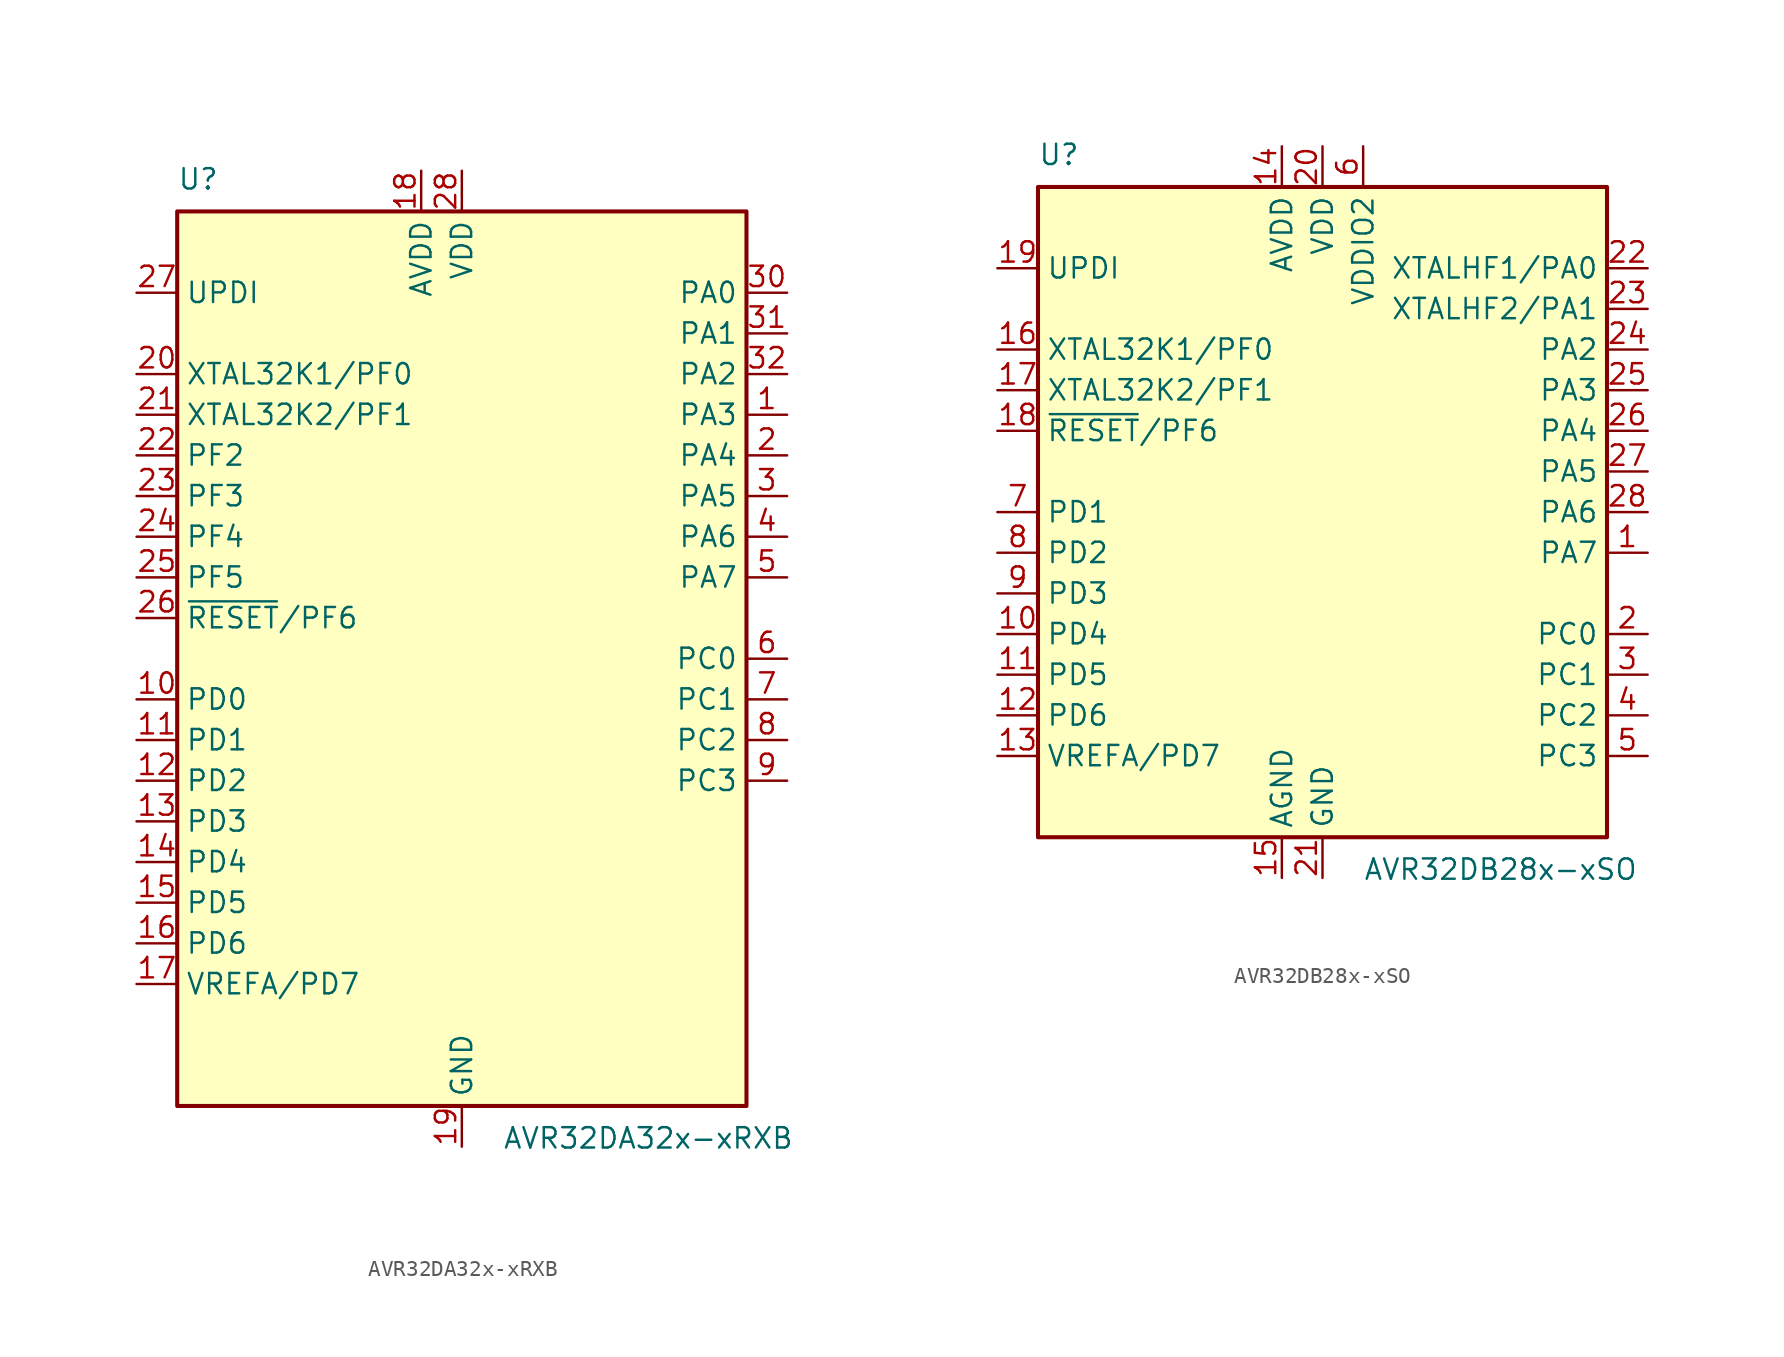
<source format=kicad_sym>
(kicad_symbol_lib
  (version 20211014)
  (generator kicad_symbol_editor)
  (symbol "AVR32DA32x-xRXB"
    (property "Reference" "U"
      (at -17.78 29.21 0)
      (effects (font (size 1.27 1.27)) (justify left bottom)))
    (property "Value" "AVR32DA32x-xRXB"
      (at 2.54 -29.21 0)
      (effects (font (size 1.27 1.27)) (justify left top)))
    (symbol "AVR32DA32x-xRXB_0_1"
      (rectangle (start -17.78 27.94) (end 17.78 -27.94) (stroke (width 0.254) (type default) (color 0 0 0 0)) (fill (type background))))
    (symbol "AVR32DA32x-xRXB_1_1"
      (pin bidirectional line (at 20.32 22.86 180) (length 2.54) (name "PA0" (effects (font (size 1.27 1.27)))) (number "30" (effects (font (size 1.27 1.27)))))
      (pin bidirectional line (at 20.32 20.32 180) (length 2.54) (name "PA1" (effects (font (size 1.27 1.27)))) (number "31" (effects (font (size 1.27 1.27)))))
      (pin bidirectional line (at 20.32 17.78 180) (length 2.54) (name "PA2" (effects (font (size 1.27 1.27)))) (number "32" (effects (font (size 1.27 1.27)))))
      (pin bidirectional line (at 20.32 15.24 180) (length 2.54) (name "PA3" (effects (font (size 1.27 1.27)))) (number "1" (effects (font (size 1.27 1.27)))))
      (pin bidirectional line (at 20.32 12.70 180) (length 2.54) (name "PA4" (effects (font (size 1.27 1.27)))) (number "2" (effects (font (size 1.27 1.27)))))
      (pin bidirectional line (at 20.32 10.16 180) (length 2.54) (name "PA5" (effects (font (size 1.27 1.27)))) (number "3" (effects (font (size 1.27 1.27)))))
      (pin bidirectional line (at 20.32 7.62 180) (length 2.54) (name "PA6" (effects (font (size 1.27 1.27)))) (number "4" (effects (font (size 1.27 1.27)))))
      (pin bidirectional line (at 20.32 5.08 180) (length 2.54) (name "PA7" (effects (font (size 1.27 1.27)))) (number "5" (effects (font (size 1.27 1.27)))))
      (pin bidirectional line (at 20.32 0.00 180) (length 2.54) (name "PC0" (effects (font (size 1.27 1.27)))) (number "6" (effects (font (size 1.27 1.27)))))
      (pin bidirectional line (at 20.32 -2.54 180) (length 2.54) (name "PC1" (effects (font (size 1.27 1.27)))) (number "7" (effects (font (size 1.27 1.27)))))
      (pin bidirectional line (at 20.32 -5.08 180) (length 2.54) (name "PC2" (effects (font (size 1.27 1.27)))) (number "8" (effects (font (size 1.27 1.27)))))
      (pin bidirectional line (at 20.32 -7.62 180) (length 2.54) (name "PC3" (effects (font (size 1.27 1.27)))) (number "9" (effects (font (size 1.27 1.27)))))
      (pin input line (at -20.32 22.86 0) (length 2.54) (name "UPDI" (effects (font (size 1.27 1.27)))) (number "27" (effects (font (size 1.27 1.27)))))
      (pin bidirectional line (at -20.32 17.78 0) (length 2.54) (name "XTAL32K1/PF0" (effects (font (size 1.27 1.27)))) (number "20" (effects (font (size 1.27 1.27)))))
      (pin bidirectional line (at -20.32 15.24 0) (length 2.54) (name "XTAL32K2/PF1" (effects (font (size 1.27 1.27)))) (number "21" (effects (font (size 1.27 1.27)))))
      (pin bidirectional line (at -20.32 12.70 0) (length 2.54) (name "PF2" (effects (font (size 1.27 1.27)))) (number "22" (effects (font (size 1.27 1.27)))))
      (pin bidirectional line (at -20.32 10.16 0) (length 2.54) (name "PF3" (effects (font (size 1.27 1.27)))) (number "23" (effects (font (size 1.27 1.27)))))
      (pin bidirectional line (at -20.32 7.62 0) (length 2.54) (name "PF4" (effects (font (size 1.27 1.27)))) (number "24" (effects (font (size 1.27 1.27)))))
      (pin bidirectional line (at -20.32 5.08 0) (length 2.54) (name "PF5" (effects (font (size 1.27 1.27)))) (number "25" (effects (font (size 1.27 1.27)))))
      (pin bidirectional line (at -20.32 2.54 0) (length 2.54) (name "~{RESET}/PF6" (effects (font (size 1.27 1.27)))) (number "26" (effects (font (size 1.27 1.27)))))
      (pin bidirectional line (at -20.32 -2.54 0) (length 2.54) (name "PD0" (effects (font (size 1.27 1.27)))) (number "10" (effects (font (size 1.27 1.27)))))
      (pin bidirectional line (at -20.32 -5.08 0) (length 2.54) (name "PD1" (effects (font (size 1.27 1.27)))) (number "11" (effects (font (size 1.27 1.27)))))
      (pin bidirectional line (at -20.32 -7.62 0) (length 2.54) (name "PD2" (effects (font (size 1.27 1.27)))) (number "12" (effects (font (size 1.27 1.27)))))
      (pin bidirectional line (at -20.32 -10.16 0) (length 2.54) (name "PD3" (effects (font (size 1.27 1.27)))) (number "13" (effects (font (size 1.27 1.27)))))
      (pin bidirectional line (at -20.32 -12.70 0) (length 2.54) (name "PD4" (effects (font (size 1.27 1.27)))) (number "14" (effects (font (size 1.27 1.27)))))
      (pin bidirectional line (at -20.32 -15.24 0) (length 2.54) (name "PD5" (effects (font (size 1.27 1.27)))) (number "15" (effects (font (size 1.27 1.27)))))
      (pin bidirectional line (at -20.32 -17.78 0) (length 2.54) (name "PD6" (effects (font (size 1.27 1.27)))) (number "16" (effects (font (size 1.27 1.27)))))
      (pin bidirectional line (at -20.32 -20.32 0) (length 2.54) (name "VREFA/PD7" (effects (font (size 1.27 1.27)))) (number "17" (effects (font (size 1.27 1.27)))))
      (pin power_in line (at -2.54 30.48 270) (length 2.54) (name "AVDD" (effects (font (size 1.27 1.27)))) (number "18" (effects (font (size 1.27 1.27)))))
      (pin power_in line (at 0.00 30.48 270) (length 2.54) (name "VDD" (effects (font (size 1.27 1.27)))) (number "28" (effects (font (size 1.27 1.27)))))
      (pin power_in line (at 0.00 -30.48 90) (length 2.54) (name "GND" (effects (font (size 1.27 1.27)))) (number "19" (effects (font (size 1.27 1.27)))))
      (pin passive line (at 0.00 -30.48 90) (length 2.54) hide (name "GND" (effects (font (size 1.27 1.27)))) (number "29" (effects (font (size 1.27 1.27)))))
      (pin passive line (at 0.00 -30.48 90) (length 2.54) hide (name "GND" (effects (font (size 1.27 1.27)))) (number "33" (effects (font (size 1.27 1.27)))))))
  (symbol "AVR32DB28x-xSO"
    (property "Reference" "U"
      (at -17.78 21.59 0)
      (effects (font (size 1.27 1.27)) (justify left bottom)))
    (property "Value" "AVR32DB28x-xSO"
      (at 2.54 -21.59 0)
      (effects (font (size 1.27 1.27)) (justify left top)))
    (symbol "AVR32DB28x-xSO_0_1"
      (rectangle (start -17.78 20.32) (end 17.78 -20.32) (stroke (width 0.254) (type default) (color 0 0 0 0)) (fill (type background))))
    (symbol "AVR32DB28x-xSO_1_1"
      (pin bidirectional line (at 20.32 15.24 180) (length 2.54) (name "XTALHF1/PA0" (effects (font (size 1.27 1.27)))) (number "22" (effects (font (size 1.27 1.27)))))
      (pin bidirectional line (at 20.32 12.70 180) (length 2.54) (name "XTALHF2/PA1" (effects (font (size 1.27 1.27)))) (number "23" (effects (font (size 1.27 1.27)))))
      (pin bidirectional line (at 20.32 10.16 180) (length 2.54) (name "PA2" (effects (font (size 1.27 1.27)))) (number "24" (effects (font (size 1.27 1.27)))))
      (pin bidirectional line (at 20.32 7.62 180) (length 2.54) (name "PA3" (effects (font (size 1.27 1.27)))) (number "25" (effects (font (size 1.27 1.27)))))
      (pin bidirectional line (at 20.32 5.08 180) (length 2.54) (name "PA4" (effects (font (size 1.27 1.27)))) (number "26" (effects (font (size 1.27 1.27)))))
      (pin bidirectional line (at 20.32 2.54 180) (length 2.54) (name "PA5" (effects (font (size 1.27 1.27)))) (number "27" (effects (font (size 1.27 1.27)))))
      (pin bidirectional line (at 20.32 0.00 180) (length 2.54) (name "PA6" (effects (font (size 1.27 1.27)))) (number "28" (effects (font (size 1.27 1.27)))))
      (pin bidirectional line (at 20.32 -2.54 180) (length 2.54) (name "PA7" (effects (font (size 1.27 1.27)))) (number "1" (effects (font (size 1.27 1.27)))))
      (pin bidirectional line (at 20.32 -7.62 180) (length 2.54) (name "PC0" (effects (font (size 1.27 1.27)))) (number "2" (effects (font (size 1.27 1.27)))))
      (pin bidirectional line (at 20.32 -10.16 180) (length 2.54) (name "PC1" (effects (font (size 1.27 1.27)))) (number "3" (effects (font (size 1.27 1.27)))))
      (pin bidirectional line (at 20.32 -12.70 180) (length 2.54) (name "PC2" (effects (font (size 1.27 1.27)))) (number "4" (effects (font (size 1.27 1.27)))))
      (pin bidirectional line (at 20.32 -15.24 180) (length 2.54) (name "PC3" (effects (font (size 1.27 1.27)))) (number "5" (effects (font (size 1.27 1.27)))))
      (pin input line (at -20.32 15.24 0) (length 2.54) (name "UPDI" (effects (font (size 1.27 1.27)))) (number "19" (effects (font (size 1.27 1.27)))))
      (pin bidirectional line (at -20.32 10.16 0) (length 2.54) (name "XTAL32K1/PF0" (effects (font (size 1.27 1.27)))) (number "16" (effects (font (size 1.27 1.27)))))
      (pin bidirectional line (at -20.32 7.62 0) (length 2.54) (name "XTAL32K2/PF1" (effects (font (size 1.27 1.27)))) (number "17" (effects (font (size 1.27 1.27)))))
      (pin bidirectional line (at -20.32 5.08 0) (length 2.54) (name "~{RESET}/PF6" (effects (font (size 1.27 1.27)))) (number "18" (effects (font (size 1.27 1.27)))))
      (pin bidirectional line (at -20.32 0.00 0) (length 2.54) (name "PD1" (effects (font (size 1.27 1.27)))) (number "7" (effects (font (size 1.27 1.27)))))
      (pin bidirectional line (at -20.32 -2.54 0) (length 2.54) (name "PD2" (effects (font (size 1.27 1.27)))) (number "8" (effects (font (size 1.27 1.27)))))
      (pin bidirectional line (at -20.32 -5.08 0) (length 2.54) (name "PD3" (effects (font (size 1.27 1.27)))) (number "9" (effects (font (size 1.27 1.27)))))
      (pin bidirectional line (at -20.32 -7.62 0) (length 2.54) (name "PD4" (effects (font (size 1.27 1.27)))) (number "10" (effects (font (size 1.27 1.27)))))
      (pin bidirectional line (at -20.32 -10.16 0) (length 2.54) (name "PD5" (effects (font (size 1.27 1.27)))) (number "11" (effects (font (size 1.27 1.27)))))
      (pin bidirectional line (at -20.32 -12.70 0) (length 2.54) (name "PD6" (effects (font (size 1.27 1.27)))) (number "12" (effects (font (size 1.27 1.27)))))
      (pin bidirectional line (at -20.32 -15.24 0) (length 2.54) (name "VREFA/PD7" (effects (font (size 1.27 1.27)))) (number "13" (effects (font (size 1.27 1.27)))))
      (pin power_in line (at -2.54 22.86 270) (length 2.54) (name "AVDD" (effects (font (size 1.27 1.27)))) (number "14" (effects (font (size 1.27 1.27)))))
      (pin power_in line (at 0.00 22.86 270) (length 2.54) (name "VDD" (effects (font (size 1.27 1.27)))) (number "20" (effects (font (size 1.27 1.27)))))
      (pin power_in line (at 2.54 22.86 270) (length 2.54) (name "VDDIO2" (effects (font (size 1.27 1.27)))) (number "6" (effects (font (size 1.27 1.27)))))
      (pin power_in line (at -2.54 -22.86 90) (length 2.54) (name "AGND" (effects (font (size 1.27 1.27)))) (number "15" (effects (font (size 1.27 1.27)))))
      (pin power_in line (at 0.00 -22.86 90) (length 2.54) (name "GND" (effects (font (size 1.27 1.27)))) (number "21" (effects (font (size 1.27 1.27))))))))
</source>
